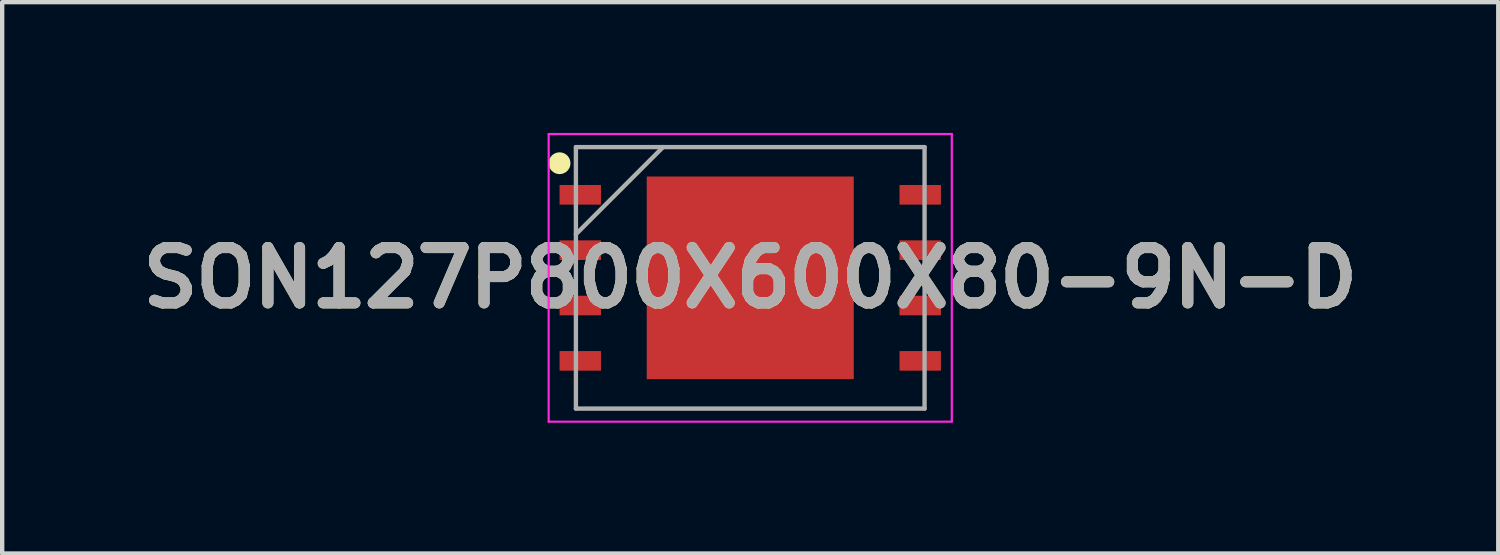
<source format=kicad_pcb>
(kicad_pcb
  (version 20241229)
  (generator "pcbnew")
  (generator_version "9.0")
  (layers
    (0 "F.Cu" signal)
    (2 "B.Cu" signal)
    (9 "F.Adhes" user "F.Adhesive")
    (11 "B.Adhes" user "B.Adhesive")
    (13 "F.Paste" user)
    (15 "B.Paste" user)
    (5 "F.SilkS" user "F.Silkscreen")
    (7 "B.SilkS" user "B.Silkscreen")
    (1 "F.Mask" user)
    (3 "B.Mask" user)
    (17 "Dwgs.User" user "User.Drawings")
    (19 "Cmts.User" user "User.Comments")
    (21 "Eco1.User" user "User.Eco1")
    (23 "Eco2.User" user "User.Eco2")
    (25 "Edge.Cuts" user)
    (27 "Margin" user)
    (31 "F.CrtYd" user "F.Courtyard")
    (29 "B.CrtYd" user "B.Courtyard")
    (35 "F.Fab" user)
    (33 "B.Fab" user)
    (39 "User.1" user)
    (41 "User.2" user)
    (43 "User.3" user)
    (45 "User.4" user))
  (footprint "SON127P800X600X80-9N-D"
    (layer "F.Cu")
    (at 14.164 3.325)
    (property "Reference" "SON127P800X600X80-9N-D" (at 0 0 0) (layer "F.SilkS") (effects (font (size 1.27 1.27) (thickness 0.254))))
    (attr smd)
    (fp_circle (center -4.375 -2.63) (end -4.375 -2.505) (stroke (width 0.25) (type solid)) (fill no) (layer "F.SilkS"))
    (fp_line (start -4.625 -3.3) (end 4.625 -3.3) (stroke (width 0.05) (type solid)) (layer "F.CrtYd"))
    (fp_line (start -4.625 3.3) (end -4.625 -3.3) (stroke (width 0.05) (type solid)) (layer "F.CrtYd"))
    (fp_line (start 4.625 -3.3) (end 4.625 3.3) (stroke (width 0.05) (type solid)) (layer "F.CrtYd"))
    (fp_line (start 4.625 3.3) (end -4.625 3.3) (stroke (width 0.05) (type solid)) (layer "F.CrtYd"))
    (fp_line (start -4 -3) (end 4 -3) (stroke (width 0.1) (type solid)) (layer "F.Fab"))
    (fp_line (start -4 -1) (end -2 -3) (stroke (width 0.1) (type solid)) (layer "F.Fab"))
    (fp_line (start -4 3) (end -4 -3) (stroke (width 0.1) (type solid)) (layer "F.Fab"))
    (fp_line (start 4 -3) (end 4 3) (stroke (width 0.1) (type solid)) (layer "F.Fab"))
    (fp_line (start 4 3) (end -4 3) (stroke (width 0.1) (type solid)) (layer "F.Fab"))
    (fp_text user "${REFERENCE}" (at 0 0 0) (layer "F.Fab") (effects (font (size 1.27 1.27) (thickness 0.254))))
    (pad "1" smd rect (at -3.9 -1.905 90) (size 0.45 0.95) (layers "F.Cu" "F.Mask" "F.Paste"))
    (pad "2" smd rect (at -3.9 -0.635 90) (size 0.45 0.95) (layers "F.Cu" "F.Mask" "F.Paste"))
    (pad "3" smd rect (at -3.9 0.635 90) (size 0.45 0.95) (layers "F.Cu" "F.Mask" "F.Paste"))
    (pad "4" smd rect (at -3.9 1.905 90) (size 0.45 0.95) (layers "F.Cu" "F.Mask" "F.Paste"))
    (pad "5" smd rect (at 3.9 1.905 90) (size 0.45 0.95) (layers "F.Cu" "F.Mask" "F.Paste"))
    (pad "6" smd rect (at 3.9 0.635 90) (size 0.45 0.95) (layers "F.Cu" "F.Mask" "F.Paste"))
    (pad "7" smd rect (at 3.9 -0.635 90) (size 0.45 0.95) (layers "F.Cu" "F.Mask" "F.Paste"))
    (pad "8" smd rect (at 3.9 -1.905 90) (size 0.45 0.95) (layers "F.Cu" "F.Mask" "F.Paste"))
    (pad "9" smd rect (at 0 0 90) (size 4.65 4.75) (layers "F.Cu" "F.Mask" "F.Paste")))
  (gr_rect
    (start -3 -3)
    (end 31.327 9.65)
    (stroke (width 0.1) (type default))
    (fill no)
    (layer "Edge.Cuts")))
</source>
